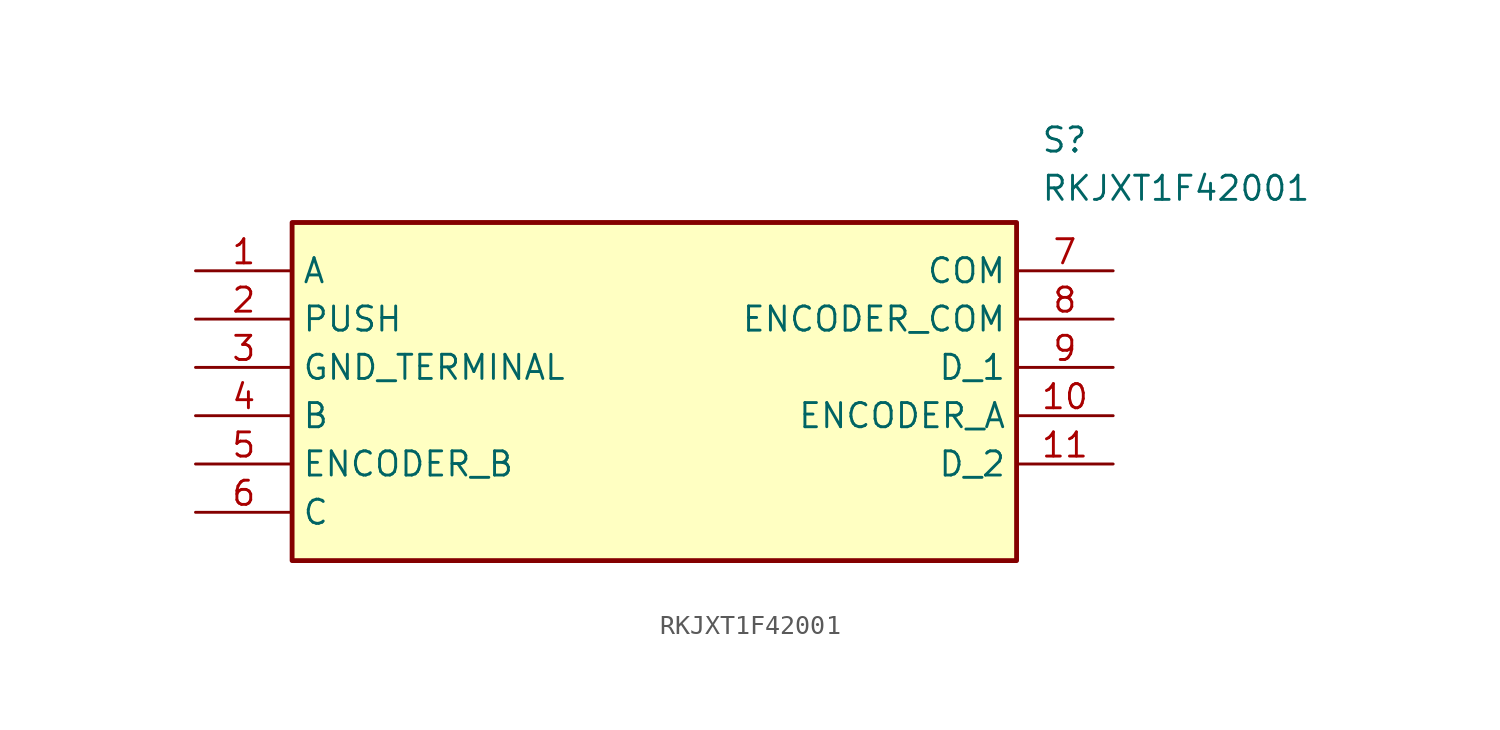
<source format=kicad_sym>
(kicad_symbol_lib
  (version 20211014)
  (generator SamacSys_ECAD_Model)
  (symbol "RKJXT1F42001"
    (property "Reference" "S"
      (at 44.45 7.62 0)
      (effects (font (size 1.27 1.27)) (justify left top)))
    (property "Value" "RKJXT1F42001"
      (at 44.45 5.08 0)
      (effects (font (size 1.27 1.27)) (justify left top)))
    (rectangle
      (start 5.08 2.54)
      (end 43.18 -15.24)
      (stroke (width 0.254) (type default))
      (fill (type background)))
    (pin passive line
      (at 0 0 0)
      (length 5.08)
      (name "A" (effects (font (size 1.27 1.27))))
      (number "1" (effects (font (size 1.27 1.27)))))
    (pin passive line
      (at 0 -2.54 0)
      (length 5.08)
      (name "PUSH" (effects (font (size 1.27 1.27))))
      (number "2" (effects (font (size 1.27 1.27)))))
    (pin passive line
      (at 0 -5.08 0)
      (length 5.08)
      (name "GND_TERMINAL" (effects (font (size 1.27 1.27))))
      (number "3" (effects (font (size 1.27 1.27)))))
    (pin passive line
      (at 0 -7.62 0)
      (length 5.08)
      (name "B" (effects (font (size 1.27 1.27))))
      (number "4" (effects (font (size 1.27 1.27)))))
    (pin passive line
      (at 0 -10.16 0)
      (length 5.08)
      (name "ENCODER_B" (effects (font (size 1.27 1.27))))
      (number "5" (effects (font (size 1.27 1.27)))))
    (pin passive line
      (at 0 -12.7 0)
      (length 5.08)
      (name "C" (effects (font (size 1.27 1.27))))
      (number "6" (effects (font (size 1.27 1.27)))))
    (pin passive line
      (at 48.26 0 180)
      (length 5.08)
      (name "COM" (effects (font (size 1.27 1.27))))
      (number "7" (effects (font (size 1.27 1.27)))))
    (pin passive line
      (at 48.26 -2.54 180)
      (length 5.08)
      (name "ENCODER_COM" (effects (font (size 1.27 1.27))))
      (number "8" (effects (font (size 1.27 1.27)))))
    (pin passive line
      (at 48.26 -5.08 180)
      (length 5.08)
      (name "D_1" (effects (font (size 1.27 1.27))))
      (number "9" (effects (font (size 1.27 1.27)))))
    (pin passive line
      (at 48.26 -7.62 180)
      (length 5.08)
      (name "ENCODER_A" (effects (font (size 1.27 1.27))))
      (number "10" (effects (font (size 1.27 1.27)))))
    (pin passive line
      (at 48.26 -10.16 180)
      (length 5.08)
      (name "D_2" (effects (font (size 1.27 1.27))))
      (number "11" (effects (font (size 1.27 1.27)))))))
</source>
